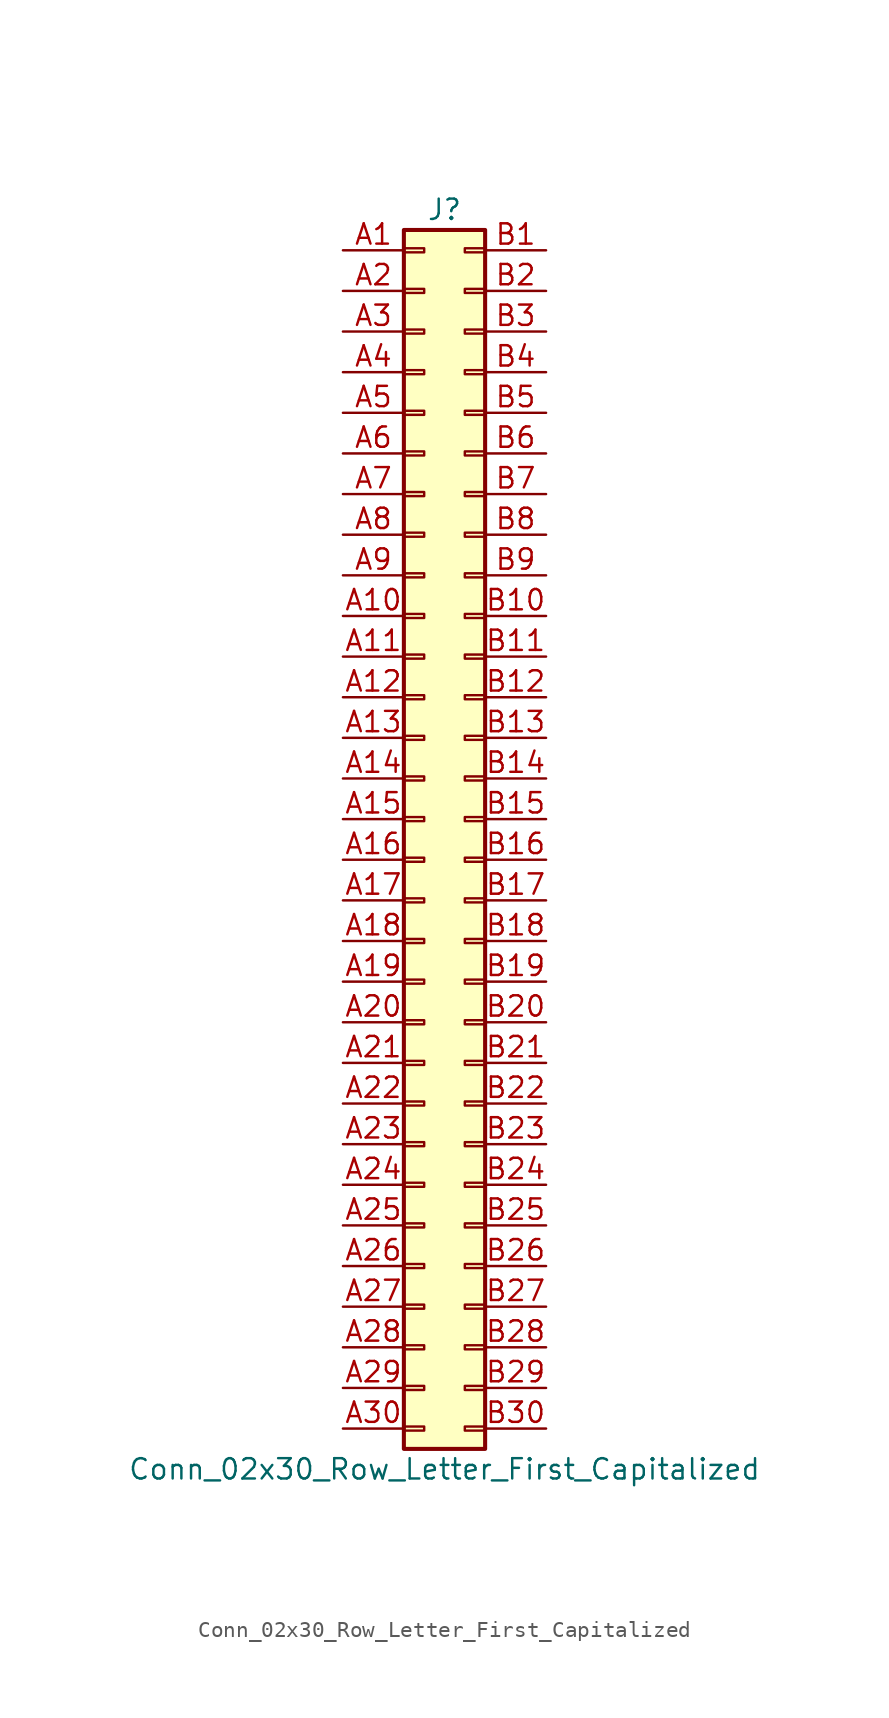
<source format=kicad_sym>
(kicad_symbol_lib
  (version 20220914)
  (generator kicad_symbol_editor)
  (symbol "Conn_02x30_Row_Letter_First_Capitalized"
    (pin_names
      (offset 1.016) hide)
    (property "Reference" "J"
      (at 1.27 38.1 0)
      (effects (font (size 1.27 1.27))))
    (property "Value" "Conn_02x30_Row_Letter_First_Capitalized"
      (at 1.27 -40.64 0)
      (effects (font (size 1.27 1.27))))
    (symbol "Conn_02x30_Row_Letter_First_Capitalized_1_1"
      (rectangle (start -1.27 -37.973) (end 0 -38.227) (stroke (width 0.152) (type default)) (fill (type none)))
      (rectangle (start -1.27 -35.433) (end 0 -35.687) (stroke (width 0.152) (type default)) (fill (type none)))
      (rectangle (start -1.27 -32.893) (end 0 -33.147) (stroke (width 0.152) (type default)) (fill (type none)))
      (rectangle (start -1.27 -30.353) (end 0 -30.607) (stroke (width 0.152) (type default)) (fill (type none)))
      (rectangle (start -1.27 -27.813) (end 0 -28.067) (stroke (width 0.152) (type default)) (fill (type none)))
      (rectangle (start -1.27 -25.273) (end 0 -25.527) (stroke (width 0.152) (type default)) (fill (type none)))
      (rectangle (start -1.27 -22.733) (end 0 -22.987) (stroke (width 0.152) (type default)) (fill (type none)))
      (rectangle (start -1.27 -20.193) (end 0 -20.447) (stroke (width 0.152) (type default)) (fill (type none)))
      (rectangle (start -1.27 -17.653) (end 0 -17.907) (stroke (width 0.152) (type default)) (fill (type none)))
      (rectangle (start -1.27 -15.113) (end 0 -15.367) (stroke (width 0.152) (type default)) (fill (type none)))
      (rectangle (start -1.27 -12.573) (end 0 -12.827) (stroke (width 0.152) (type default)) (fill (type none)))
      (rectangle (start -1.27 -10.033) (end 0 -10.287) (stroke (width 0.152) (type default)) (fill (type none)))
      (rectangle (start -1.27 -7.493) (end 0 -7.747) (stroke (width 0.152) (type default)) (fill (type none)))
      (rectangle (start -1.27 -4.953) (end 0 -5.207) (stroke (width 0.152) (type default)) (fill (type none)))
      (rectangle (start -1.27 -2.413) (end 0 -2.667) (stroke (width 0.152) (type default)) (fill (type none)))
      (rectangle (start -1.27 0.127) (end 0 -0.127) (stroke (width 0.152) (type default)) (fill (type none)))
      (rectangle (start -1.27 2.667) (end 0 2.413) (stroke (width 0.152) (type default)) (fill (type none)))
      (rectangle (start -1.27 5.207) (end 0 4.953) (stroke (width 0.152) (type default)) (fill (type none)))
      (rectangle (start -1.27 7.747) (end 0 7.493) (stroke (width 0.152) (type default)) (fill (type none)))
      (rectangle (start -1.27 10.287) (end 0 10.033) (stroke (width 0.152) (type default)) (fill (type none)))
      (rectangle (start -1.27 12.827) (end 0 12.573) (stroke (width 0.152) (type default)) (fill (type none)))
      (rectangle (start -1.27 15.367) (end 0 15.113) (stroke (width 0.152) (type default)) (fill (type none)))
      (rectangle (start -1.27 17.907) (end 0 17.653) (stroke (width 0.152) (type default)) (fill (type none)))
      (rectangle (start -1.27 20.447) (end 0 20.193) (stroke (width 0.152) (type default)) (fill (type none)))
      (rectangle (start -1.27 22.987) (end 0 22.733) (stroke (width 0.152) (type default)) (fill (type none)))
      (rectangle (start -1.27 25.527) (end 0 25.273) (stroke (width 0.152) (type default)) (fill (type none)))
      (rectangle (start -1.27 28.067) (end 0 27.813) (stroke (width 0.152) (type default)) (fill (type none)))
      (rectangle (start -1.27 30.607) (end 0 30.353) (stroke (width 0.152) (type default)) (fill (type none)))
      (rectangle (start -1.27 33.147) (end 0 32.893) (stroke (width 0.152) (type default)) (fill (type none)))
      (rectangle (start -1.27 35.687) (end 0 35.433) (stroke (width 0.152) (type default)) (fill (type none)))
      (rectangle (start -1.27 36.83) (end 3.81 -39.37) (stroke (width 0.254) (type default)) (fill (type background)))
      (rectangle (start 3.81 -37.973) (end 2.54 -38.227) (stroke (width 0.152) (type default)) (fill (type none)))
      (rectangle (start 3.81 -35.433) (end 2.54 -35.687) (stroke (width 0.152) (type default)) (fill (type none)))
      (rectangle (start 3.81 -32.893) (end 2.54 -33.147) (stroke (width 0.152) (type default)) (fill (type none)))
      (rectangle (start 3.81 -30.353) (end 2.54 -30.607) (stroke (width 0.152) (type default)) (fill (type none)))
      (rectangle (start 3.81 -27.813) (end 2.54 -28.067) (stroke (width 0.152) (type default)) (fill (type none)))
      (rectangle (start 3.81 -25.273) (end 2.54 -25.527) (stroke (width 0.152) (type default)) (fill (type none)))
      (rectangle (start 3.81 -22.733) (end 2.54 -22.987) (stroke (width 0.152) (type default)) (fill (type none)))
      (rectangle (start 3.81 -20.193) (end 2.54 -20.447) (stroke (width 0.152) (type default)) (fill (type none)))
      (rectangle (start 3.81 -17.653) (end 2.54 -17.907) (stroke (width 0.152) (type default)) (fill (type none)))
      (rectangle (start 3.81 -15.113) (end 2.54 -15.367) (stroke (width 0.152) (type default)) (fill (type none)))
      (rectangle (start 3.81 -12.573) (end 2.54 -12.827) (stroke (width 0.152) (type default)) (fill (type none)))
      (rectangle (start 3.81 -10.033) (end 2.54 -10.287) (stroke (width 0.152) (type default)) (fill (type none)))
      (rectangle (start 3.81 -7.493) (end 2.54 -7.747) (stroke (width 0.152) (type default)) (fill (type none)))
      (rectangle (start 3.81 -4.953) (end 2.54 -5.207) (stroke (width 0.152) (type default)) (fill (type none)))
      (rectangle (start 3.81 -2.413) (end 2.54 -2.667) (stroke (width 0.152) (type default)) (fill (type none)))
      (rectangle (start 3.81 0.127) (end 2.54 -0.127) (stroke (width 0.152) (type default)) (fill (type none)))
      (rectangle (start 3.81 2.667) (end 2.54 2.413) (stroke (width 0.152) (type default)) (fill (type none)))
      (rectangle (start 3.81 5.207) (end 2.54 4.953) (stroke (width 0.152) (type default)) (fill (type none)))
      (rectangle (start 3.81 7.747) (end 2.54 7.493) (stroke (width 0.152) (type default)) (fill (type none)))
      (rectangle (start 3.81 10.287) (end 2.54 10.033) (stroke (width 0.152) (type default)) (fill (type none)))
      (rectangle (start 3.81 12.827) (end 2.54 12.573) (stroke (width 0.152) (type default)) (fill (type none)))
      (rectangle (start 3.81 15.367) (end 2.54 15.113) (stroke (width 0.152) (type default)) (fill (type none)))
      (rectangle (start 3.81 17.907) (end 2.54 17.653) (stroke (width 0.152) (type default)) (fill (type none)))
      (rectangle (start 3.81 20.447) (end 2.54 20.193) (stroke (width 0.152) (type default)) (fill (type none)))
      (rectangle (start 3.81 22.987) (end 2.54 22.733) (stroke (width 0.152) (type default)) (fill (type none)))
      (rectangle (start 3.81 25.527) (end 2.54 25.273) (stroke (width 0.152) (type default)) (fill (type none)))
      (rectangle (start 3.81 28.067) (end 2.54 27.813) (stroke (width 0.152) (type default)) (fill (type none)))
      (rectangle (start 3.81 30.607) (end 2.54 30.353) (stroke (width 0.152) (type default)) (fill (type none)))
      (rectangle (start 3.81 33.147) (end 2.54 32.893) (stroke (width 0.152) (type default)) (fill (type none)))
      (rectangle (start 3.81 35.687) (end 2.54 35.433) (stroke (width 0.152) (type default)) (fill (type none)))
      (pin passive line (at -5.08 35.56 0) (length 3.81) (name "Pin_a1" (effects (font (size 1.27 1.27)))) (number "A1" (effects (font (size 1.27 1.27)))))
      (pin passive line (at -5.08 12.7 0) (length 3.81) (name "Pin_a10" (effects (font (size 1.27 1.27)))) (number "A10" (effects (font (size 1.27 1.27)))))
      (pin passive line (at -5.08 10.16 0) (length 3.81) (name "Pin_a11" (effects (font (size 1.27 1.27)))) (number "A11" (effects (font (size 1.27 1.27)))))
      (pin passive line (at -5.08 7.62 0) (length 3.81) (name "Pin_a12" (effects (font (size 1.27 1.27)))) (number "A12" (effects (font (size 1.27 1.27)))))
      (pin passive line (at -5.08 5.08 0) (length 3.81) (name "Pin_a13" (effects (font (size 1.27 1.27)))) (number "A13" (effects (font (size 1.27 1.27)))))
      (pin passive line (at -5.08 2.54 0) (length 3.81) (name "Pin_a14" (effects (font (size 1.27 1.27)))) (number "A14" (effects (font (size 1.27 1.27)))))
      (pin passive line (at -5.08 0 0) (length 3.81) (name "Pin_a15" (effects (font (size 1.27 1.27)))) (number "A15" (effects (font (size 1.27 1.27)))))
      (pin passive line (at -5.08 -2.54 0) (length 3.81) (name "Pin_a16" (effects (font (size 1.27 1.27)))) (number "A16" (effects (font (size 1.27 1.27)))))
      (pin passive line (at -5.08 -5.08 0) (length 3.81) (name "Pin_a17" (effects (font (size 1.27 1.27)))) (number "A17" (effects (font (size 1.27 1.27)))))
      (pin passive line (at -5.08 -7.62 0) (length 3.81) (name "Pin_a18" (effects (font (size 1.27 1.27)))) (number "A18" (effects (font (size 1.27 1.27)))))
      (pin passive line (at -5.08 -10.16 0) (length 3.81) (name "Pin_a19" (effects (font (size 1.27 1.27)))) (number "A19" (effects (font (size 1.27 1.27)))))
      (pin passive line (at -5.08 33.02 0) (length 3.81) (name "Pin_a2" (effects (font (size 1.27 1.27)))) (number "A2" (effects (font (size 1.27 1.27)))))
      (pin passive line (at -5.08 -12.7 0) (length 3.81) (name "Pin_a20" (effects (font (size 1.27 1.27)))) (number "A20" (effects (font (size 1.27 1.27)))))
      (pin passive line (at -5.08 -15.24 0) (length 3.81) (name "Pin_a21" (effects (font (size 1.27 1.27)))) (number "A21" (effects (font (size 1.27 1.27)))))
      (pin passive line (at -5.08 -17.78 0) (length 3.81) (name "Pin_a22" (effects (font (size 1.27 1.27)))) (number "A22" (effects (font (size 1.27 1.27)))))
      (pin passive line (at -5.08 -20.32 0) (length 3.81) (name "Pin_a23" (effects (font (size 1.27 1.27)))) (number "A23" (effects (font (size 1.27 1.27)))))
      (pin passive line (at -5.08 -22.86 0) (length 3.81) (name "Pin_a24" (effects (font (size 1.27 1.27)))) (number "A24" (effects (font (size 1.27 1.27)))))
      (pin passive line (at -5.08 -25.4 0) (length 3.81) (name "Pin_a25" (effects (font (size 1.27 1.27)))) (number "A25" (effects (font (size 1.27 1.27)))))
      (pin passive line (at -5.08 -27.94 0) (length 3.81) (name "Pin_a26" (effects (font (size 1.27 1.27)))) (number "A26" (effects (font (size 1.27 1.27)))))
      (pin passive line (at -5.08 -30.48 0) (length 3.81) (name "Pin_a27" (effects (font (size 1.27 1.27)))) (number "A27" (effects (font (size 1.27 1.27)))))
      (pin passive line (at -5.08 -33.02 0) (length 3.81) (name "Pin_a28" (effects (font (size 1.27 1.27)))) (number "A28" (effects (font (size 1.27 1.27)))))
      (pin passive line (at -5.08 -35.56 0) (length 3.81) (name "Pin_a29" (effects (font (size 1.27 1.27)))) (number "A29" (effects (font (size 1.27 1.27)))))
      (pin passive line (at -5.08 30.48 0) (length 3.81) (name "Pin_a3" (effects (font (size 1.27 1.27)))) (number "A3" (effects (font (size 1.27 1.27)))))
      (pin passive line (at -5.08 -38.1 0) (length 3.81) (name "Pin_a30" (effects (font (size 1.27 1.27)))) (number "A30" (effects (font (size 1.27 1.27)))))
      (pin passive line (at -5.08 27.94 0) (length 3.81) (name "Pin_a4" (effects (font (size 1.27 1.27)))) (number "A4" (effects (font (size 1.27 1.27)))))
      (pin passive line (at -5.08 25.4 0) (length 3.81) (name "Pin_a5" (effects (font (size 1.27 1.27)))) (number "A5" (effects (font (size 1.27 1.27)))))
      (pin passive line (at -5.08 22.86 0) (length 3.81) (name "Pin_a6" (effects (font (size 1.27 1.27)))) (number "A6" (effects (font (size 1.27 1.27)))))
      (pin passive line (at -5.08 20.32 0) (length 3.81) (name "Pin_a7" (effects (font (size 1.27 1.27)))) (number "A7" (effects (font (size 1.27 1.27)))))
      (pin passive line (at -5.08 17.78 0) (length 3.81) (name "Pin_a8" (effects (font (size 1.27 1.27)))) (number "A8" (effects (font (size 1.27 1.27)))))
      (pin passive line (at -5.08 15.24 0) (length 3.81) (name "Pin_a9" (effects (font (size 1.27 1.27)))) (number "A9" (effects (font (size 1.27 1.27)))))
      (pin passive line (at 7.62 35.56 180) (length 3.81) (name "Pin_b1" (effects (font (size 1.27 1.27)))) (number "B1" (effects (font (size 1.27 1.27)))))
      (pin passive line (at 7.62 12.7 180) (length 3.81) (name "Pin_b10" (effects (font (size 1.27 1.27)))) (number "B10" (effects (font (size 1.27 1.27)))))
      (pin passive line (at 7.62 10.16 180) (length 3.81) (name "Pin_b11" (effects (font (size 1.27 1.27)))) (number "B11" (effects (font (size 1.27 1.27)))))
      (pin passive line (at 7.62 7.62 180) (length 3.81) (name "Pin_b12" (effects (font (size 1.27 1.27)))) (number "B12" (effects (font (size 1.27 1.27)))))
      (pin passive line (at 7.62 5.08 180) (length 3.81) (name "Pin_b13" (effects (font (size 1.27 1.27)))) (number "B13" (effects (font (size 1.27 1.27)))))
      (pin passive line (at 7.62 2.54 180) (length 3.81) (name "Pin_b14" (effects (font (size 1.27 1.27)))) (number "B14" (effects (font (size 1.27 1.27)))))
      (pin passive line (at 7.62 0 180) (length 3.81) (name "Pin_b15" (effects (font (size 1.27 1.27)))) (number "B15" (effects (font (size 1.27 1.27)))))
      (pin passive line (at 7.62 -2.54 180) (length 3.81) (name "Pin_b16" (effects (font (size 1.27 1.27)))) (number "B16" (effects (font (size 1.27 1.27)))))
      (pin passive line (at 7.62 -5.08 180) (length 3.81) (name "Pin_b17" (effects (font (size 1.27 1.27)))) (number "B17" (effects (font (size 1.27 1.27)))))
      (pin passive line (at 7.62 -7.62 180) (length 3.81) (name "Pin_b18" (effects (font (size 1.27 1.27)))) (number "B18" (effects (font (size 1.27 1.27)))))
      (pin passive line (at 7.62 -10.16 180) (length 3.81) (name "Pin_b19" (effects (font (size 1.27 1.27)))) (number "B19" (effects (font (size 1.27 1.27)))))
      (pin passive line (at 7.62 33.02 180) (length 3.81) (name "Pin_b2" (effects (font (size 1.27 1.27)))) (number "B2" (effects (font (size 1.27 1.27)))))
      (pin passive line (at 7.62 -12.7 180) (length 3.81) (name "Pin_b20" (effects (font (size 1.27 1.27)))) (number "B20" (effects (font (size 1.27 1.27)))))
      (pin passive line (at 7.62 -15.24 180) (length 3.81) (name "Pin_b21" (effects (font (size 1.27 1.27)))) (number "B21" (effects (font (size 1.27 1.27)))))
      (pin passive line (at 7.62 -17.78 180) (length 3.81) (name "Pin_b22" (effects (font (size 1.27 1.27)))) (number "B22" (effects (font (size 1.27 1.27)))))
      (pin passive line (at 7.62 -20.32 180) (length 3.81) (name "Pin_b23" (effects (font (size 1.27 1.27)))) (number "B23" (effects (font (size 1.27 1.27)))))
      (pin passive line (at 7.62 -22.86 180) (length 3.81) (name "Pin_b24" (effects (font (size 1.27 1.27)))) (number "B24" (effects (font (size 1.27 1.27)))))
      (pin passive line (at 7.62 -25.4 180) (length 3.81) (name "Pin_b25" (effects (font (size 1.27 1.27)))) (number "B25" (effects (font (size 1.27 1.27)))))
      (pin passive line (at 7.62 -27.94 180) (length 3.81) (name "Pin_b26" (effects (font (size 1.27 1.27)))) (number "B26" (effects (font (size 1.27 1.27)))))
      (pin passive line (at 7.62 -30.48 180) (length 3.81) (name "Pin_b27" (effects (font (size 1.27 1.27)))) (number "B27" (effects (font (size 1.27 1.27)))))
      (pin passive line (at 7.62 -33.02 180) (length 3.81) (name "Pin_b28" (effects (font (size 1.27 1.27)))) (number "B28" (effects (font (size 1.27 1.27)))))
      (pin passive line (at 7.62 -35.56 180) (length 3.81) (name "Pin_b29" (effects (font (size 1.27 1.27)))) (number "B29" (effects (font (size 1.27 1.27)))))
      (pin passive line (at 7.62 30.48 180) (length 3.81) (name "Pin_b3" (effects (font (size 1.27 1.27)))) (number "B3" (effects (font (size 1.27 1.27)))))
      (pin passive line (at 7.62 -38.1 180) (length 3.81) (name "Pin_b30" (effects (font (size 1.27 1.27)))) (number "B30" (effects (font (size 1.27 1.27)))))
      (pin passive line (at 7.62 27.94 180) (length 3.81) (name "Pin_b4" (effects (font (size 1.27 1.27)))) (number "B4" (effects (font (size 1.27 1.27)))))
      (pin passive line (at 7.62 25.4 180) (length 3.81) (name "Pin_b5" (effects (font (size 1.27 1.27)))) (number "B5" (effects (font (size 1.27 1.27)))))
      (pin passive line (at 7.62 22.86 180) (length 3.81) (name "Pin_b6" (effects (font (size 1.27 1.27)))) (number "B6" (effects (font (size 1.27 1.27)))))
      (pin passive line (at 7.62 20.32 180) (length 3.81) (name "Pin_b7" (effects (font (size 1.27 1.27)))) (number "B7" (effects (font (size 1.27 1.27)))))
      (pin passive line (at 7.62 17.78 180) (length 3.81) (name "Pin_b8" (effects (font (size 1.27 1.27)))) (number "B8" (effects (font (size 1.27 1.27)))))
      (pin passive line (at 7.62 15.24 180) (length 3.81) (name "Pin_b9" (effects (font (size 1.27 1.27)))) (number "B9" (effects (font (size 1.27 1.27))))))))
</source>
